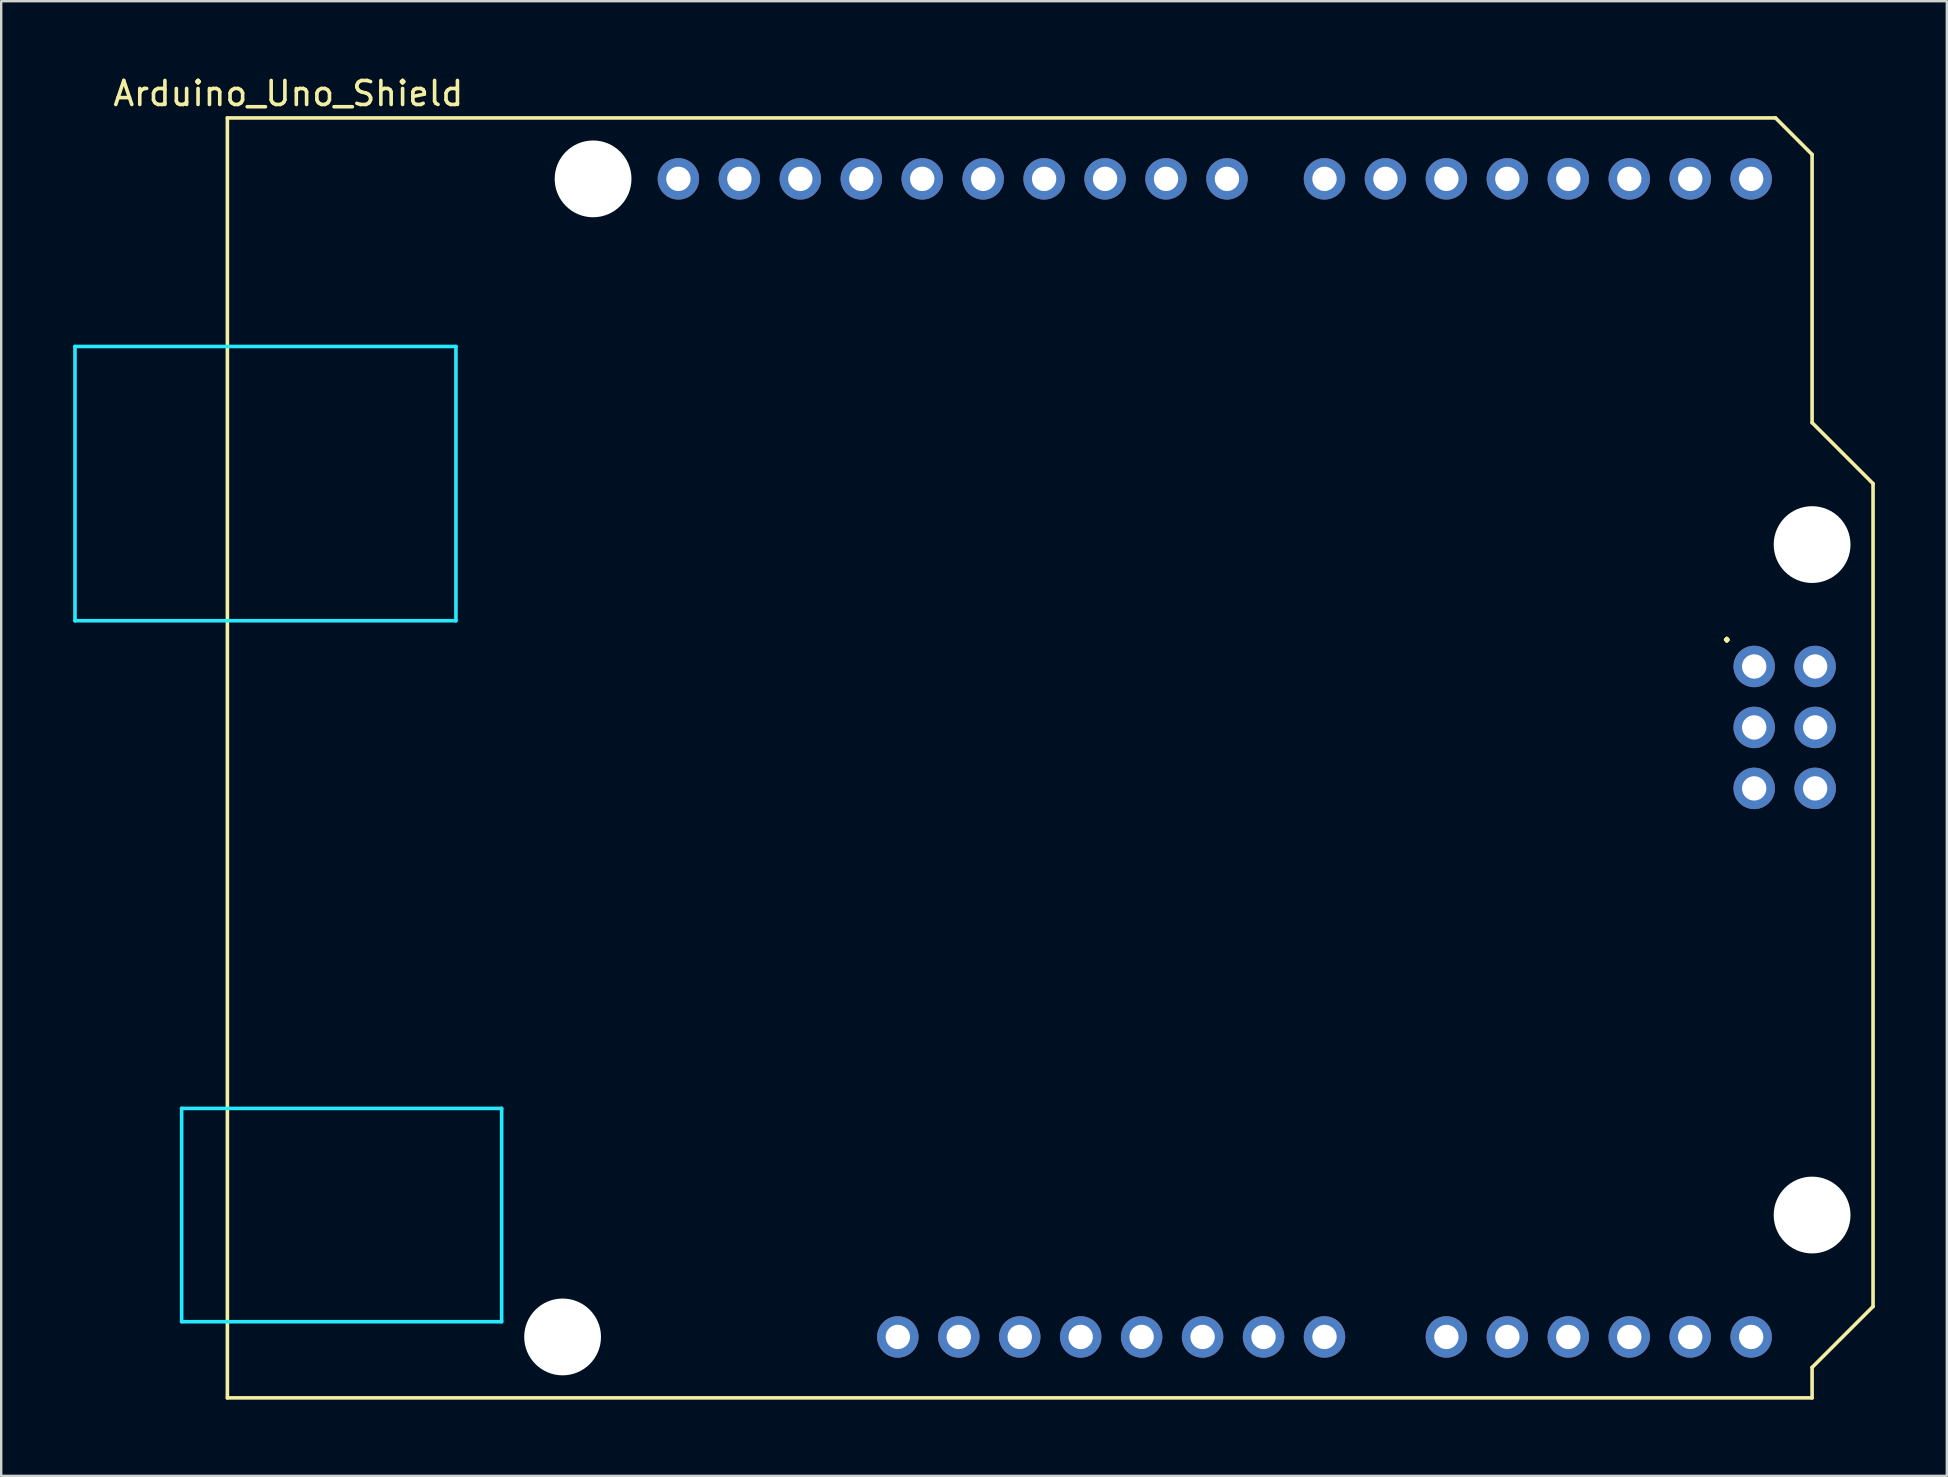
<source format=kicad_pcb>
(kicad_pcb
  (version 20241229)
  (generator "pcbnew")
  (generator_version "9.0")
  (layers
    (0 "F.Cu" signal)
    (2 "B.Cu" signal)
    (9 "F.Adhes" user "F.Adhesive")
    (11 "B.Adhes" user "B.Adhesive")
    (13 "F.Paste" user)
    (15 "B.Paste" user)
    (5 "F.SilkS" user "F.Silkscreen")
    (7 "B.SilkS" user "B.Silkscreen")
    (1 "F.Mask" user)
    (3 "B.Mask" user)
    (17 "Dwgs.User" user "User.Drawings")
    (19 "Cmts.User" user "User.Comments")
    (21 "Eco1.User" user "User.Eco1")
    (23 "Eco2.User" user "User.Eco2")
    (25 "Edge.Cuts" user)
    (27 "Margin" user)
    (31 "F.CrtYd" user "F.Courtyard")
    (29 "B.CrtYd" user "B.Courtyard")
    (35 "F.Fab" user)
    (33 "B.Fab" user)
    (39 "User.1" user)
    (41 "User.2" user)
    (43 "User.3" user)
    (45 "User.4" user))
  (footprint "Arduino_Uno_Shield"
    (layer "F.Cu")
    (at 6.425 55.204)
    (property "Reference" "Arduino_Uno_Shield" (at 2.54 -54.356 0) (layer "F.SilkS") (effects (font (size 1 1) (thickness 0.15))))
    (attr through_hole)
    (fp_line (start 0 -53.34) (end 0 0) (stroke (width 0.15) (type solid)) (layer "F.SilkS"))
    (fp_line (start 0 -53.34) (end 64.516 -53.34) (stroke (width 0.15) (type solid)) (layer "F.SilkS"))
    (fp_line (start 0 0) (end 66.04 0) (stroke (width 0.15) (type solid)) (layer "F.SilkS"))
    (fp_line (start 64.516 -53.34) (end 66.04 -51.816) (stroke (width 0.15) (type solid)) (layer "F.SilkS"))
    (fp_line (start 66.04 -40.64) (end 66.04 -51.816) (stroke (width 0.15) (type solid)) (layer "F.SilkS"))
    (fp_line (start 66.04 -1.27) (end 68.58 -3.81) (stroke (width 0.15) (type solid)) (layer "F.SilkS"))
    (fp_line (start 66.04 0) (end 66.04 -1.27) (stroke (width 0.15) (type solid)) (layer "F.SilkS"))
    (fp_line (start 68.58 -38.1) (end 66.04 -40.64) (stroke (width 0.15) (type solid)) (layer "F.SilkS"))
    (fp_line (start 68.58 -3.81) (end 68.58 -38.1) (stroke (width 0.15) (type solid)) (layer "F.SilkS"))
    (fp_line (start -6.35 -43.815) (end -6.35 -32.385) (stroke (width 0.15) (type solid)) (layer "B.CrtYd"))
    (fp_line (start -1.905 -12.065) (end -1.905 -3.175) (stroke (width 0.15) (type solid)) (layer "B.CrtYd"))
    (fp_line (start -1.905 -12.065) (end 11.43 -12.065) (stroke (width 0.15) (type solid)) (layer "B.CrtYd"))
    (fp_line (start -1.905 -3.175) (end 11.43 -3.175) (stroke (width 0.15) (type solid)) (layer "B.CrtYd"))
    (fp_line (start 9.525 -43.815) (end -6.35 -43.815) (stroke (width 0.15) (type solid)) (layer "B.CrtYd"))
    (fp_line (start 9.525 -43.815) (end 9.525 -32.385) (stroke (width 0.15) (type solid)) (layer "B.CrtYd"))
    (fp_line (start 9.525 -32.385) (end -6.35 -32.385) (stroke (width 0.15) (type solid)) (layer "B.CrtYd"))
    (fp_line (start 11.43 -12.065) (end 11.43 -3.175) (stroke (width 0.15) (type solid)) (layer "B.CrtYd"))
    (fp_text user "." (at 62.484 -32.004 0) (layer "F.SilkS") (effects (font (size 1 1) (thickness 0.15))))
    (pad "" np_thru_hole circle (at 13.97 -2.54) (size 3.2 3.2) (drill 3.2) (layers "*.Cu" "*.Mask"))
    (pad "" np_thru_hole circle (at 15.24 -50.8) (size 3.2 3.2) (drill 3.2) (layers "*.Cu" "*.Mask"))
    (pad "" thru_hole oval (at 27.94 -2.54) (size 1.727 1.727) (drill 1.016) (layers "*.Cu" "*.Mask"))
    (pad "" np_thru_hole circle (at 66.04 -35.56) (size 3.2 3.2) (drill 3.2) (layers "*.Cu" "*.Mask"))
    (pad "" np_thru_hole circle (at 66.04 -7.62) (size 3.2 3.2) (drill 3.2) (layers "*.Cu" "*.Mask"))
    (pad "3.3V" thru_hole oval (at 35.56 -2.54) (size 1.727 1.727) (drill 1.016) (layers "*.Cu" "*.Mask"))
    (pad "5V1" thru_hole oval (at 38.1 -2.54) (size 1.727 1.727) (drill 1.016) (layers "*.Cu" "*.Mask"))
    (pad "5V2" thru_hole oval (at 66.167 -30.48) (size 1.727 1.727) (drill 1.016) (layers "*.Cu" "*.Mask"))
    (pad "A0" thru_hole oval (at 50.8 -2.54) (size 1.727 1.727) (drill 1.016) (layers "*.Cu" "*.Mask"))
    (pad "A1" thru_hole oval (at 53.34 -2.54) (size 1.727 1.727) (drill 1.016) (layers "*.Cu" "*.Mask"))
    (pad "A2" thru_hole oval (at 55.88 -2.54) (size 1.727 1.727) (drill 1.016) (layers "*.Cu" "*.Mask"))
    (pad "A3" thru_hole oval (at 58.42 -2.54) (size 1.727 1.727) (drill 1.016) (layers "*.Cu" "*.Mask"))
    (pad "A4" thru_hole oval (at 60.96 -2.54) (size 1.727 1.727) (drill 1.016) (layers "*.Cu" "*.Mask"))
    (pad "A5" thru_hole oval (at 63.5 -2.54) (size 1.727 1.727) (drill 1.016) (layers "*.Cu" "*.Mask"))
    (pad "AREF" thru_hole oval (at 23.876 -50.8) (size 1.727 1.727) (drill 1.016) (layers "*.Cu" "*.Mask"))
    (pad "D0" thru_hole oval (at 63.5 -50.8) (size 1.727 1.727) (drill 1.016) (layers "*.Cu" "*.Mask"))
    (pad "D1" thru_hole oval (at 60.96 -50.8) (size 1.727 1.727) (drill 1.016) (layers "*.Cu" "*.Mask"))
    (pad "D2" thru_hole oval (at 58.42 -50.8) (size 1.727 1.727) (drill 1.016) (layers "*.Cu" "*.Mask"))
    (pad "D3" thru_hole oval (at 55.88 -50.8) (size 1.727 1.727) (drill 1.016) (layers "*.Cu" "*.Mask"))
    (pad "D4" thru_hole oval (at 53.34 -50.8) (size 1.727 1.727) (drill 1.016) (layers "*.Cu" "*.Mask"))
    (pad "D5" thru_hole oval (at 50.8 -50.8) (size 1.727 1.727) (drill 1.016) (layers "*.Cu" "*.Mask"))
    (pad "D6" thru_hole oval (at 48.26 -50.8) (size 1.727 1.727) (drill 1.016) (layers "*.Cu" "*.Mask"))
    (pad "D7" thru_hole oval (at 45.72 -50.8) (size 1.727 1.727) (drill 1.016) (layers "*.Cu" "*.Mask"))
    (pad "D8" thru_hole oval (at 41.656 -50.8) (size 1.727 1.727) (drill 1.016) (layers "*.Cu" "*.Mask"))
    (pad "D9" thru_hole oval (at 39.116 -50.8) (size 1.727 1.727) (drill 1.016) (layers "*.Cu" "*.Mask"))
    (pad "D10" thru_hole oval (at 36.576 -50.8) (size 1.727 1.727) (drill 1.016) (layers "*.Cu" "*.Mask"))
    (pad "D11" thru_hole oval (at 34.036 -50.8) (size 1.727 1.727) (drill 1.016) (layers "*.Cu" "*.Mask"))
    (pad "D12" thru_hole oval (at 31.496 -50.8) (size 1.727 1.727) (drill 1.016) (layers "*.Cu" "*.Mask"))
    (pad "D13" thru_hole oval (at 28.956 -50.8) (size 1.727 1.727) (drill 1.016) (layers "*.Cu" "*.Mask"))
    (pad "GND1" thru_hole oval (at 26.416 -50.8) (size 1.727 1.727) (drill 1.016) (layers "*.Cu" "*.Mask"))
    (pad "GND2" thru_hole oval (at 40.64 -2.54) (size 1.727 1.727) (drill 1.016) (layers "*.Cu" "*.Mask"))
    (pad "GND3" thru_hole oval (at 43.18 -2.54) (size 1.727 1.727) (drill 1.016) (layers "*.Cu" "*.Mask"))
    (pad "GND4" thru_hole oval (at 66.167 -25.4) (size 1.727 1.727) (drill 1.016) (layers "*.Cu" "*.Mask"))
    (pad "IORF" thru_hole oval (at 30.48 -2.54) (size 1.727 1.727) (drill 1.016) (layers "*.Cu" "*.Mask"))
    (pad "MISO" thru_hole oval (at 63.627 -30.48) (size 1.727 1.727) (drill 1.016) (layers "*.Cu" "*.Mask"))
    (pad "MOSI" thru_hole oval (at 66.167 -27.94) (size 1.727 1.727) (drill 1.016) (layers "*.Cu" "*.Mask"))
    (pad "RST1" thru_hole oval (at 33.02 -2.54) (size 1.727 1.727) (drill 1.016) (layers "*.Cu" "*.Mask"))
    (pad "RST2" thru_hole oval (at 63.627 -25.4) (size 1.727 1.727) (drill 1.016) (layers "*.Cu" "*.Mask"))
    (pad "SCK" thru_hole oval (at 63.627 -27.94) (size 1.727 1.727) (drill 1.016) (layers "*.Cu" "*.Mask"))
    (pad "SCL" thru_hole oval (at 18.796 -50.8) (size 1.727 1.727) (drill 1.016) (layers "*.Cu" "*.Mask"))
    (pad "SDA" thru_hole oval (at 21.336 -50.8) (size 1.727 1.727) (drill 1.016) (layers "*.Cu" "*.Mask"))
    (pad "VIN" thru_hole oval (at 45.72 -2.54) (size 1.727 1.727) (drill 1.016) (layers "*.Cu" "*.Mask")))
  (gr_rect
    (start -3 -3)
    (end 78.08 58.454)
    (stroke (width 0.1) (type default))
    (fill no)
    (layer "Edge.Cuts")))
</source>
